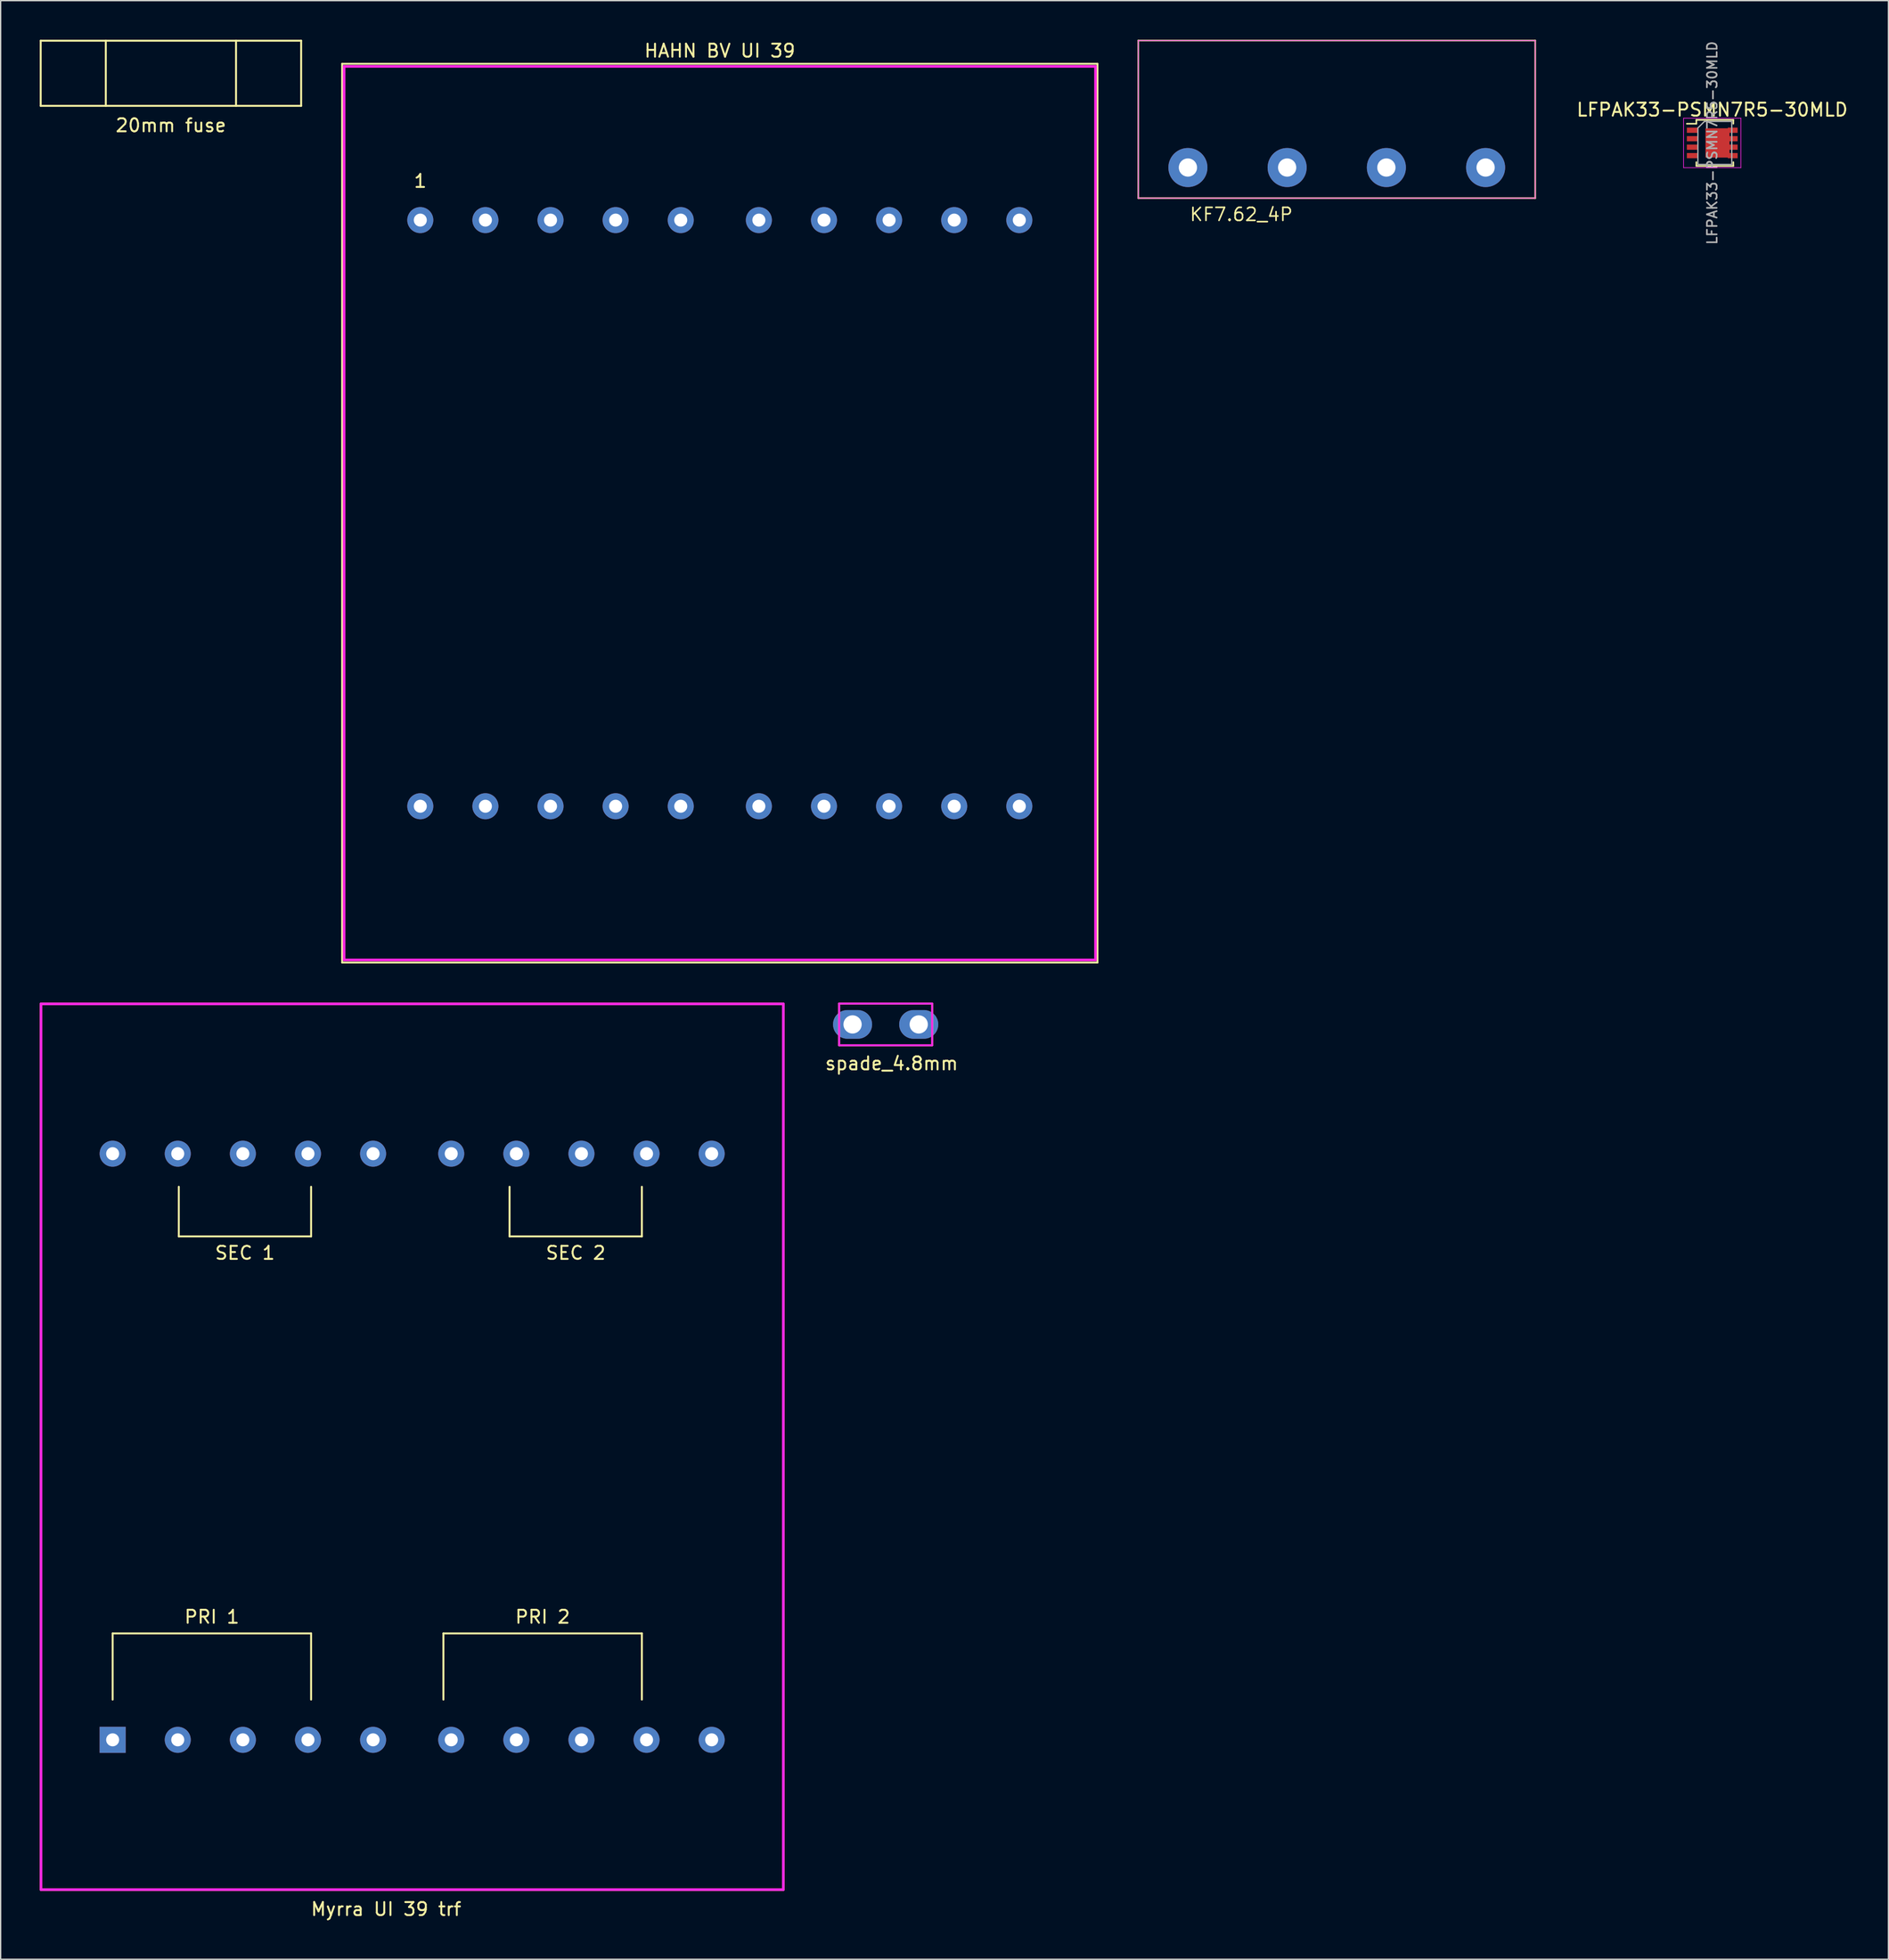
<source format=kicad_pcb>
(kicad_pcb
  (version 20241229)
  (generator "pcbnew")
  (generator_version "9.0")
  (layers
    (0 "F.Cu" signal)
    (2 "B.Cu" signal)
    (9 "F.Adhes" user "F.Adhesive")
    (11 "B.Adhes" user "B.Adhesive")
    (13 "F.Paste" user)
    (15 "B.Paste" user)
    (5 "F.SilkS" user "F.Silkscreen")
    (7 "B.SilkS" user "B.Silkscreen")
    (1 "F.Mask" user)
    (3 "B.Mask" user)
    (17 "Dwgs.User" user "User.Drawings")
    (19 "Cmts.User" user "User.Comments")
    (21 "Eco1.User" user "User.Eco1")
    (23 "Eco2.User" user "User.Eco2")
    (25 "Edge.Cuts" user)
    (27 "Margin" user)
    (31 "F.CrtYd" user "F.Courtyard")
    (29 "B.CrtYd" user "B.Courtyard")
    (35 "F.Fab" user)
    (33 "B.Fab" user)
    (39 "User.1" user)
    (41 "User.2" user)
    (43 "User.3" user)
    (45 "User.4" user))
  (footprint "Myrra UI 39 trf"
    (layer "F.Cu")
    (at 5.6 130.523)
    (property "Reference" "Myrra UI 39 trf" (at 21 13 0) (layer "F.SilkS") (effects (font (size 1 1) (thickness 0.15))))
    (attr through_hole)
    (fp_line (start -5.5 -56.5) (end 51.5 -56.5) (stroke (width 0.2) (type solid)) (layer "F.SilkS"))
    (fp_line (start -5.5 11.5) (end -5.5 -56.5) (stroke (width 0.2) (type solid)) (layer "F.SilkS"))
    (fp_line (start 0 -8.17) (end 15.24 -8.17) (stroke (width 0.15) (type solid)) (layer "F.SilkS"))
    (fp_line (start 0 -3.09) (end 0 -8.17) (stroke (width 0.15) (type solid)) (layer "F.SilkS"))
    (fp_line (start 5.08 -42.46) (end 5.08 -38.65) (stroke (width 0.15) (type solid)) (layer "F.SilkS"))
    (fp_line (start 5.08 -38.65) (end 15.24 -38.65) (stroke (width 0.15) (type solid)) (layer "F.SilkS"))
    (fp_line (start 15.24 -38.65) (end 15.24 -42.46) (stroke (width 0.15) (type solid)) (layer "F.SilkS"))
    (fp_line (start 15.24 -8.17) (end 15.24 -3.09) (stroke (width 0.15) (type solid)) (layer "F.SilkS"))
    (fp_line (start 25.4 -8.17) (end 40.64 -8.17) (stroke (width 0.15) (type solid)) (layer "F.SilkS"))
    (fp_line (start 25.4 -3.09) (end 25.4 -8.17) (stroke (width 0.15) (type solid)) (layer "F.SilkS"))
    (fp_line (start 30.48 -42.46) (end 30.48 -38.65) (stroke (width 0.15) (type solid)) (layer "F.SilkS"))
    (fp_line (start 30.48 -38.65) (end 40.64 -38.65) (stroke (width 0.15) (type solid)) (layer "F.SilkS"))
    (fp_line (start 40.64 -38.65) (end 40.64 -42.46) (stroke (width 0.15) (type solid)) (layer "F.SilkS"))
    (fp_line (start 40.64 -8.17) (end 40.64 -3.09) (stroke (width 0.15) (type solid)) (layer "F.SilkS"))
    (fp_line (start 51.5 -56.5) (end 51.5 11.5) (stroke (width 0.2) (type solid)) (layer "F.SilkS"))
    (fp_line (start 51.5 11.5) (end -5.5 11.5) (stroke (width 0.2) (type solid)) (layer "F.SilkS"))
    (fp_line (start -5.5 -56.5) (end 51.5 -56.5) (stroke (width 0.2) (type solid)) (layer "F.CrtYd"))
    (fp_line (start -5.5 11.5) (end -5.5 -56.5) (stroke (width 0.2) (type solid)) (layer "F.CrtYd"))
    (fp_line (start 51.5 -56.5) (end 51.5 11.5) (stroke (width 0.2) (type solid)) (layer "F.CrtYd"))
    (fp_line (start 51.5 11.5) (end -5.5 11.5) (stroke (width 0.2) (type solid)) (layer "F.CrtYd"))
    (fp_text user "SEC 2" (at 35.56 -37.38 0) (layer "F.SilkS") (effects (font (size 1 1) (thickness 0.15))))
    (fp_text user "PRI 1" (at 7.62 -9.44 0) (layer "F.SilkS") (effects (font (size 1 1) (thickness 0.15))))
    (fp_text user "PRI 2" (at 33.02 -9.44 0) (layer "F.SilkS") (effects (font (size 1 1) (thickness 0.15))))
    (fp_text user "SEC 1" (at 10.16 -37.38 0) (layer "F.SilkS") (effects (font (size 1 1) (thickness 0.15))))
    (pad "1" thru_hole rect (at 0 0) (size 2 2) (drill 1) (layers "*.Cu" "*.Mask"))
    (pad "2" thru_hole circle (at 5 0) (size 2 2) (drill 1) (layers "*.Cu" "*.Mask"))
    (pad "3" thru_hole circle (at 10 0) (size 2 2) (drill 1) (layers "*.Cu" "*.Mask"))
    (pad "4" thru_hole circle (at 15 0) (size 2 2) (drill 1) (layers "*.Cu" "*.Mask"))
    (pad "5" thru_hole circle (at 20 0) (size 2 2) (drill 1) (layers "*.Cu" "*.Mask"))
    (pad "6" thru_hole circle (at 26 0) (size 2 2) (drill 1) (layers "*.Cu" "*.Mask"))
    (pad "7" thru_hole circle (at 31 0) (size 2 2) (drill 1) (layers "*.Cu" "*.Mask"))
    (pad "8" thru_hole circle (at 36 0) (size 2 2) (drill 1) (layers "*.Cu" "*.Mask"))
    (pad "9" thru_hole circle (at 41 0) (size 2 2) (drill 1) (layers "*.Cu" "*.Mask"))
    (pad "10" thru_hole circle (at 46 0) (size 2 2) (drill 1) (layers "*.Cu" "*.Mask"))
    (pad "11" thru_hole circle (at 46 -45) (size 2 2) (drill 1) (layers "*.Cu" "*.Mask"))
    (pad "12" thru_hole circle (at 41 -45) (size 2 2) (drill 1) (layers "*.Cu" "*.Mask"))
    (pad "13" thru_hole circle (at 36 -45) (size 2 2) (drill 1) (layers "*.Cu" "*.Mask"))
    (pad "14" thru_hole circle (at 31 -45) (size 2 2) (drill 1) (layers "*.Cu" "*.Mask"))
    (pad "15" thru_hole circle (at 26 -45) (size 2 2) (drill 1) (layers "*.Cu" "*.Mask"))
    (pad "16" thru_hole circle (at 20 -45) (size 2 2) (drill 1) (layers "*.Cu" "*.Mask"))
    (pad "17" thru_hole circle (at 15 -45) (size 2 2) (drill 1) (layers "*.Cu" "*.Mask"))
    (pad "18" thru_hole circle (at 10 -45) (size 2 2) (drill 1) (layers "*.Cu" "*.Mask"))
    (pad "19" thru_hole circle (at 5 -45) (size 2 2) (drill 1) (layers "*.Cu" "*.Mask"))
    (pad "20" thru_hole circle (at 0 -45) (size 2 2) (drill 1) (layers "*.Cu" "*.Mask")))
  (footprint "20mm fuse"
    (layer "F.Cu")
    (at 10.075 2.575)
    (property "Reference" "20mm fuse" (at 0 4 0) (layer "F.SilkS") (effects (font (size 1 1) (thickness 0.15))))
    (attr through_hole)
    (fp_line (start -10 -2.5) (end 10 -2.5) (stroke (width 0.15) (type solid)) (layer "F.SilkS"))
    (fp_line (start -10 2.5) (end -10 -2.5) (stroke (width 0.15) (type solid)) (layer "F.SilkS"))
    (fp_line (start -5 -2.5) (end -5 2.5) (stroke (width 0.15) (type solid)) (layer "F.SilkS"))
    (fp_line (start 5 -2.5) (end 5 2.5) (stroke (width 0.15) (type solid)) (layer "F.SilkS"))
    (fp_line (start 10 -2.5) (end 10 2.5) (stroke (width 0.15) (type solid)) (layer "F.SilkS"))
    (fp_line (start 10 2.5) (end -10 2.5) (stroke (width 0.15) (type solid)) (layer "F.SilkS")))
  (footprint "LFPAK33-PSMN7R5-30MLD"
    (layer "F.Cu")
    (at 128.435 7.924)
    (property "Reference" "LFPAK33-PSMN7R5-30MLD" (at 0 -2.55 0) (layer "F.SilkS") (effects (font (size 1 1) (thickness 0.15))))
    (attr smd)
    (fp_line (start -1.95 -1.475) (end -1.22 -1.475) (stroke (width 0.12) (type solid)) (layer "F.SilkS"))
    (fp_line (start -1.22 -1.77) (end -1.22 -1.475) (stroke (width 0.12) (type solid)) (layer "F.SilkS"))
    (fp_line (start -1.22 1.475) (end -1.22 1.77) (stroke (width 0.12) (type solid)) (layer "F.SilkS"))
    (fp_line (start -1.22 1.77) (end 1.62 1.77) (stroke (width 0.12) (type solid)) (layer "F.SilkS"))
    (fp_line (start 1.62 -1.77) (end -1.22 -1.77) (stroke (width 0.12) (type solid)) (layer "F.SilkS"))
    (fp_line (start 1.62 -1.475) (end 1.62 -1.77) (stroke (width 0.12) (type solid)) (layer "F.SilkS"))
    (fp_line (start 1.62 1.77) (end 1.62 1.475) (stroke (width 0.12) (type solid)) (layer "F.SilkS"))
    (fp_line (start -2.2 -1.9) (end 2.2 -1.9) (stroke (width 0.05) (type solid)) (layer "F.CrtYd"))
    (fp_line (start -2.2 1.9) (end -2.2 -1.9) (stroke (width 0.05) (type solid)) (layer "F.CrtYd"))
    (fp_line (start -2.2 1.9) (end 2.2 1.9) (stroke (width 0.05) (type solid)) (layer "F.CrtYd"))
    (fp_line (start 2.2 -1.9) (end 2.2 1.9) (stroke (width 0.05) (type solid)) (layer "F.CrtYd"))
    (fp_line (start -1.1 -1.15) (end -1.1 1.65) (stroke (width 0.1) (type solid)) (layer "F.Fab"))
    (fp_line (start -1.1 1.65) (end 1.5 1.65) (stroke (width 0.1) (type solid)) (layer "F.Fab"))
    (fp_line (start -0.6 -1.65) (end -1.1 -1.15) (stroke (width 0.1) (type solid)) (layer "F.Fab"))
    (fp_line (start -0.6 -1.65) (end 1.5 -1.65) (stroke (width 0.1) (type solid)) (layer "F.Fab"))
    (fp_line (start 1.5 1.65) (end 1.5 -1.65) (stroke (width 0.1) (type solid)) (layer "F.Fab"))
    (fp_text user "${REFERENCE}" (at 0 0 90) (layer "F.Fab") (effects (font (size 0.75 0.75) (thickness 0.13))))
    (pad "" smd rect (at -1.535 -0.975) (size 0.83 0.3) (layers "F.Paste"))
    (pad "" smd rect (at -1.535 -0.325) (size 0.83 0.3) (layers "F.Paste"))
    (pad "" smd rect (at -1.535 0.325) (size 0.83 0.3) (layers "F.Paste"))
    (pad "" smd rect (at -1.535 0.975) (size 0.83 0.3) (layers "F.Paste"))
    (pad "" smd rect (at -0.215 -0.626) (size 0.51 0.635) (layers "F.Paste"))
    (pad "" smd rect (at -0.215 0.626) (size 0.51 0.635) (layers "F.Paste"))
    (pad "" smd rect (at 0.645 -0.626) (size 0.51 0.635) (layers "F.Paste"))
    (pad "" smd rect (at 0.645 0.626) (size 0.51 0.635) (layers "F.Paste"))
    (pad "" smd rect (at 1.575 -0.975) (size 0.75 0.3) (layers "F.Paste"))
    (pad "" smd rect (at 1.575 -0.325) (size 0.75 0.3) (layers "F.Paste"))
    (pad "" smd rect (at 1.575 0.325) (size 0.75 0.3) (layers "F.Paste"))
    (pad "" smd rect (at 1.575 0.975) (size 0.75 0.3) (layers "F.Paste"))
    (pad "1" smd rect (at -1.535 -0.975) (size 0.83 0.4) (layers "F.Cu" "F.Mask"))
    (pad "1" smd rect (at -1.535 -0.325) (size 0.83 0.4) (layers "F.Cu" "F.Mask"))
    (pad "1" smd rect (at -1.535 0.325) (size 0.83 0.4) (layers "F.Cu" "F.Mask"))
    (pad "2" smd rect (at -1.535 0.975) (size 0.83 0.4) (layers "F.Cu" "F.Mask"))
    (pad "3" smd rect (at 0.405 0) (size 1.85 2.25) (layers "F.Cu" "F.Mask"))
    (pad "3" smd rect (at 1.575 -0.975) (size 0.75 0.4) (layers "F.Cu" "F.Mask"))
    (pad "3" smd rect (at 1.575 -0.325) (size 0.75 0.4) (layers "F.Cu" "F.Mask"))
    (pad "3" smd rect (at 1.575 0.325) (size 0.75 0.4) (layers "F.Cu" "F.Mask"))
    (pad "3" smd rect (at 1.575 0.975) (size 0.75 0.4) (layers "F.Cu" "F.Mask")))
  (footprint "KF7.62_4P"
    (layer "F.Cu")
    (at 88.172 9.812)
    (property "Reference" "KF7.62_4P" (at 4.1 3.6 0) (layer "F.SilkS") (effects (font (size 1 1) (thickness 0.125))))
    (attr through_hole)
    (fp_line (start -3.81 -9.75) (end -3.81 2.35) (stroke (width 0.125) (type solid)) (layer "F.SilkS"))
    (fp_line (start -3.81 2.35) (end 26.67 2.35) (stroke (width 0.125) (type solid)) (layer "F.SilkS"))
    (fp_line (start 26.67 -9.75) (end -3.81 -9.75) (stroke (width 0.125) (type solid)) (layer "F.SilkS"))
    (fp_line (start 26.67 -9.75) (end 26.67 2.35) (stroke (width 0.125) (type solid)) (layer "F.SilkS"))
    (fp_line (start -3.81 -9.75) (end -3.81 2.35) (stroke (width 0.05) (type solid)) (layer "F.CrtYd"))
    (fp_line (start -3.81 -9.75) (end 26.67 -9.75) (stroke (width 0.05) (type solid)) (layer "F.CrtYd"))
    (fp_line (start 26.67 -9.75) (end 26.67 2.35) (stroke (width 0.05) (type solid)) (layer "F.CrtYd"))
    (fp_line (start 26.67 2.35) (end -3.81 2.35) (stroke (width 0.05) (type solid)) (layer "F.CrtYd"))
    (pad "1" thru_hole circle (at 0 0) (size 3 3) (drill 1.4) (layers "*.Cu" "*.Mask"))
    (pad "2" thru_hole circle (at 7.62 0) (size 3 3) (drill 1.4) (layers "*.Cu" "*.Mask"))
    (pad "3" thru_hole circle (at 15.24 0) (size 3 3) (drill 1.4) (layers "*.Cu" "*.Mask"))
    (pad "4" thru_hole circle (at 22.86 0) (size 3 3) (drill 1.4) (layers "*.Cu" "*.Mask")))
  (footprint "spade_4.8mm"
    (layer "F.Cu")
    (at 62.42 75.598)
    (property "Reference" "spade_4.8mm" (at 3 3 0) (layer "F.SilkS") (effects (font (size 1 1) (thickness 0.15))))
    (attr through_hole)
    (fp_line (start -1.03 -1.6) (end 6.11 -1.6) (stroke (width 0.15) (type solid)) (layer "F.SilkS"))
    (fp_line (start -1.03 1.6) (end -1.03 -1.6) (stroke (width 0.15) (type solid)) (layer "F.SilkS"))
    (fp_line (start -1.03 1.6) (end 6.11 1.6) (stroke (width 0.15) (type solid)) (layer "F.SilkS"))
    (fp_line (start 6.11 -1.6) (end 6.11 1.6) (stroke (width 0.15) (type solid)) (layer "F.SilkS"))
    (fp_line (start -1.03 -1.6) (end 6.11 -1.6) (stroke (width 0.15) (type solid)) (layer "F.CrtYd"))
    (fp_line (start -1.03 1.6) (end -1.03 -1.6) (stroke (width 0.15) (type solid)) (layer "F.CrtYd"))
    (fp_line (start -1.03 1.6) (end 6.11 1.6) (stroke (width 0.15) (type solid)) (layer "F.CrtYd"))
    (fp_line (start 6.11 -1.6) (end 6.11 1.6) (stroke (width 0.15) (type solid)) (layer "F.CrtYd"))
    (pad "1" thru_hole oval (at 0 0) (size 3 2.2) (drill 1.4) (layers "*.Cu" "*.Mask"))
    (pad "1" thru_hole oval (at 5.08 0) (size 3 2.2) (drill 1.4) (layers "*.Cu" "*.Mask")))
  (footprint "HAHN BV UI 39"
    (layer "F.Cu")
    (at 29.225 13.848)
    (property "Reference" "HAHN BV UI 39" (at 23 -13 0) (layer "F.SilkS") (effects (font (size 1 1) (thickness 0.15))))
    (attr through_hole)
    (fp_line (start -6 -12) (end 52 -12) (stroke (width 0.15) (type solid)) (layer "F.SilkS"))
    (fp_line (start -6 57) (end -6 -12) (stroke (width 0.15) (type solid)) (layer "F.SilkS"))
    (fp_line (start 52 -12) (end 52 57) (stroke (width 0.15) (type solid)) (layer "F.SilkS"))
    (fp_line (start 52 57) (end -6 57) (stroke (width 0.15) (type solid)) (layer "F.SilkS"))
    (fp_line (start -5.85 -11.8) (end 51.85 -11.8) (stroke (width 0.2) (type solid)) (layer "F.CrtYd"))
    (fp_line (start -5.85 56.8) (end -5.85 -11.8) (stroke (width 0.2) (type solid)) (layer "F.CrtYd"))
    (fp_line (start 51.85 -11.8) (end 51.85 56.8) (stroke (width 0.2) (type solid)) (layer "F.CrtYd"))
    (fp_line (start 51.85 56.8) (end -5.85 56.8) (stroke (width 0.2) (type solid)) (layer "F.CrtYd"))
    (fp_text user "1" (at 0 -3 0) (layer "F.SilkS") (effects (font (size 1 1) (thickness 0.15))))
    (pad "1" thru_hole circle (at 0 0) (size 2 2) (drill 1) (layers "*.Cu" "*.Mask"))
    (pad "2" thru_hole circle (at 5 0) (size 2 2) (drill 1) (layers "*.Cu" "*.Mask"))
    (pad "3" thru_hole circle (at 10 0) (size 2 2) (drill 1) (layers "*.Cu" "*.Mask"))
    (pad "4" thru_hole circle (at 15 0) (size 2 2) (drill 1) (layers "*.Cu" "*.Mask"))
    (pad "5" thru_hole circle (at 20 0) (size 2 2) (drill 1) (layers "*.Cu" "*.Mask"))
    (pad "6" thru_hole circle (at 26 0) (size 2 2) (drill 1) (layers "*.Cu" "*.Mask"))
    (pad "7" thru_hole circle (at 31 0) (size 2 2) (drill 1) (layers "*.Cu" "*.Mask"))
    (pad "8" thru_hole circle (at 36 0) (size 2 2) (drill 1) (layers "*.Cu" "*.Mask"))
    (pad "9" thru_hole circle (at 41 0) (size 2 2) (drill 1) (layers "*.Cu" "*.Mask"))
    (pad "10" thru_hole circle (at 46 0) (size 2 2) (drill 1) (layers "*.Cu" "*.Mask"))
    (pad "11" thru_hole circle (at 46 45) (size 2 2) (drill 1) (layers "*.Cu" "*.Mask"))
    (pad "12" thru_hole circle (at 41 45) (size 2 2) (drill 1) (layers "*.Cu" "*.Mask"))
    (pad "13" thru_hole circle (at 36 45) (size 2 2) (drill 1) (layers "*.Cu" "*.Mask"))
    (pad "14" thru_hole circle (at 31 45) (size 2 2) (drill 1) (layers "*.Cu" "*.Mask"))
    (pad "15" thru_hole circle (at 26 45) (size 2 2) (drill 1) (layers "*.Cu" "*.Mask"))
    (pad "16" thru_hole circle (at 20 45) (size 2 2) (drill 1) (layers "*.Cu" "*.Mask"))
    (pad "17" thru_hole circle (at 15 45) (size 2 2) (drill 1) (layers "*.Cu" "*.Mask"))
    (pad "18" thru_hole circle (at 10 45) (size 2 2) (drill 1) (layers "*.Cu" "*.Mask"))
    (pad "19" thru_hole circle (at 5 45) (size 2 2) (drill 1) (layers "*.Cu" "*.Mask"))
    (pad "20" thru_hole circle (at 0 45) (size 2 2) (drill 1) (layers "*.Cu" "*.Mask")))
  (gr_rect
    (start -3 -3)
    (end 141.965 147.371)
    (stroke (width 0.1) (type default))
    (fill no)
    (layer "Edge.Cuts")))
</source>
